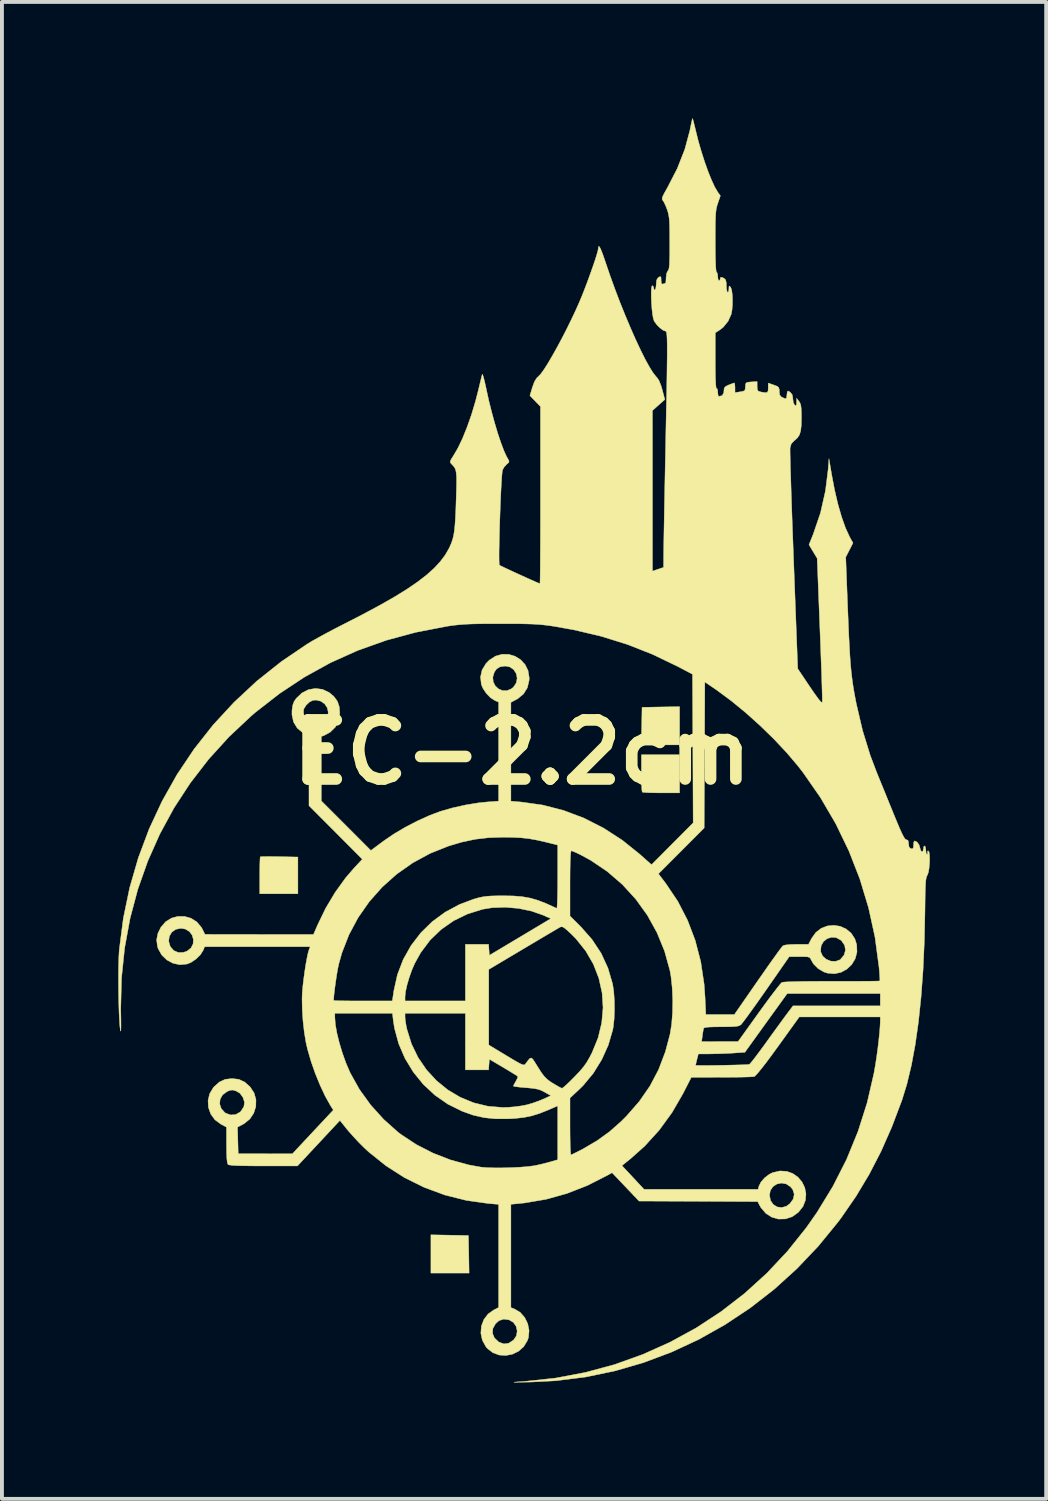
<source format=kicad_pcb>
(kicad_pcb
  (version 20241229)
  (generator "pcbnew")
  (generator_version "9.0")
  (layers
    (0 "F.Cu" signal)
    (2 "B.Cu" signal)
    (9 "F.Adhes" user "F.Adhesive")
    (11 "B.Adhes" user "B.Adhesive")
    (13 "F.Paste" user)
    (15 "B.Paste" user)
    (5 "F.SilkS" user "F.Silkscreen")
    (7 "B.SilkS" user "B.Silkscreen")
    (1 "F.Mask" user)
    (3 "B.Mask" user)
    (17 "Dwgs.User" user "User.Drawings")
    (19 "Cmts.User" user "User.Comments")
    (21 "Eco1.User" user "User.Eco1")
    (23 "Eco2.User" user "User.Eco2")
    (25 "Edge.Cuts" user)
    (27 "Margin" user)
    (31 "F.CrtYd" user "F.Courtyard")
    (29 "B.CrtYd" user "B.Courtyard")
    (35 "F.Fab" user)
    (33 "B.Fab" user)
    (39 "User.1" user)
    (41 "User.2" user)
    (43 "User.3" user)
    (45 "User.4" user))
  (footprint "EC-2.2cm"
    (layer "F.Cu")
    (at 10.411 16.349)
    (property "Reference" "EC-2.2cm" (at 0 0 0) (layer "F.SilkS") (effects (font (size 1.524 1.524) (thickness 0.3))))
    (attr through_hole)
    (fp_poly (pts (xy -1.865 12.453) (xy -1.381 12.462) (xy -1.372 12.946) (xy -1.364 13.43) (xy -2.349 13.43) (xy -2.349 12.444) (xy -1.865 12.453)) (stroke (width 0.01) (type solid)) (fill yes) (layer "F.SilkS"))
    (fp_poly (pts (xy 4.064 -0.191) (xy 3.078 -0.191) (xy 3.087 -0.675) (xy 3.096 -1.159) (xy 3.58 -1.168) (xy 4.064 -1.176) (xy 4.064 -0.191)) (stroke (width 0.01) (type solid)) (fill yes) (layer "F.SilkS"))
    (fp_poly (pts (xy -6.344 2.691) (xy -6.257 2.692) (xy -5.779 2.702) (xy -5.779 3.651) (xy -6.763 3.651) (xy -6.763 3.18) (xy -6.762 3.014) (xy -6.76 2.872) (xy -6.756 2.765) (xy -6.752 2.705) (xy -6.75 2.696) (xy -6.715 2.692) (xy -6.628 2.69) (xy -6.501 2.689) (xy -6.344 2.691)) (stroke (width 0.01) (type solid)) (fill yes) (layer "F.SilkS"))
    (fp_poly (pts (xy 4.064 1.048) (xy 3.593 1.048) (xy 3.426 1.046) (xy 3.282 1.043) (xy 3.173 1.037) (xy 3.111 1.03) (xy 3.101 1.027) (xy 3.093 0.989) (xy 3.087 0.9) (xy 3.083 0.77) (xy 3.08 0.612) (xy 3.08 0.534) (xy 3.08 0.064) (xy 4.064 0.064) (xy 4.064 1.048)) (stroke (width 0.01) (type solid)) (fill yes) (layer "F.SilkS"))
    (fp_poly (pts (xy 4.407 -16.32) (xy 4.427 -16.245) (xy 4.455 -16.134) (xy 4.477 -16.043) (xy 4.545 -15.768) (xy 4.625 -15.492) (xy 4.711 -15.223) (xy 4.8 -14.974) (xy 4.889 -14.754) (xy 4.972 -14.575) (xy 5.048 -14.447) (xy 5.049 -14.445) (xy 5.116 -14.35) (xy 5.051 -14.16) (xy 5.03 -14.096) (xy 5.014 -14.03) (xy 5.002 -13.954) (xy 4.994 -13.859) (xy 4.989 -13.734) (xy 4.986 -13.572) (xy 4.985 -13.362) (xy 4.985 -13.176) (xy 4.986 -12.908) (xy 4.99 -12.692) (xy 4.996 -12.531) (xy 5.004 -12.427) (xy 5.014 -12.384) (xy 5.016 -12.383) (xy 5.037 -12.355) (xy 5.048 -12.286) (xy 5.048 -12.271) (xy 5.056 -12.198) (xy 5.076 -12.161) (xy 5.08 -12.16) (xy 5.108 -12.186) (xy 5.112 -12.208) (xy 5.12 -12.248) (xy 5.155 -12.248) (xy 5.209 -12.223) (xy 5.249 -12.186) (xy 5.267 -12.118) (xy 5.271 -12.034) (xy 5.276 -11.94) (xy 5.292 -11.874) (xy 5.302 -11.859) (xy 5.324 -11.872) (xy 5.335 -11.935) (xy 5.335 -11.944) (xy 5.338 -12.012) (xy 5.351 -12.024) (xy 5.382 -11.989) (xy 5.383 -11.987) (xy 5.407 -11.922) (xy 5.422 -11.812) (xy 5.429 -11.675) (xy 5.427 -11.53) (xy 5.415 -11.395) (xy 5.397 -11.299) (xy 5.316 -11.116) (xy 5.19 -10.961) (xy 5.103 -10.893) (xy 4.985 -10.816) (xy 4.985 -10.089) (xy 4.986 -9.828) (xy 4.99 -9.626) (xy 4.997 -9.483) (xy 5.006 -9.402) (xy 5.016 -9.382) (xy 5.038 -9.369) (xy 5.048 -9.304) (xy 5.048 -9.289) (xy 5.055 -9.215) (xy 5.073 -9.177) (xy 5.077 -9.176) (xy 5.161 -9.198) (xy 5.202 -9.267) (xy 5.207 -9.319) (xy 5.214 -9.388) (xy 5.248 -9.432) (xy 5.324 -9.47) (xy 5.335 -9.474) (xy 5.416 -9.505) (xy 5.469 -9.523) (xy 5.478 -9.525) (xy 5.487 -9.497) (xy 5.492 -9.427) (xy 5.493 -9.4) (xy 5.493 -9.275) (xy 5.612 -9.293) (xy 5.701 -9.309) (xy 5.744 -9.331) (xy 5.758 -9.376) (xy 5.761 -9.438) (xy 5.766 -9.5) (xy 5.789 -9.532) (xy 5.847 -9.545) (xy 5.913 -9.551) (xy 6.064 -9.56) (xy 6.064 -9.435) (xy 6.069 -9.353) (xy 6.094 -9.313) (xy 6.154 -9.293) (xy 6.163 -9.291) (xy 6.267 -9.274) (xy 6.323 -9.28) (xy 6.346 -9.318) (xy 6.35 -9.396) (xy 6.35 -9.521) (xy 6.493 -9.472) (xy 6.58 -9.439) (xy 6.621 -9.405) (xy 6.635 -9.35) (xy 6.636 -9.305) (xy 6.645 -9.218) (xy 6.681 -9.169) (xy 6.717 -9.149) (xy 6.785 -9.12) (xy 6.816 -9.126) (xy 6.828 -9.177) (xy 6.832 -9.224) (xy 6.841 -9.297) (xy 6.86 -9.317) (xy 6.901 -9.295) (xy 6.914 -9.286) (xy 6.967 -9.225) (xy 6.985 -9.132) (xy 6.985 -9.114) (xy 6.997 -9.021) (xy 7.028 -8.957) (xy 7.033 -8.954) (xy 7.065 -8.936) (xy 7.078 -8.962) (xy 7.081 -9.021) (xy 7.082 -9.128) (xy 7.144 -9.049) (xy 7.172 -9.003) (xy 7.191 -8.945) (xy 7.201 -8.86) (xy 7.206 -8.735) (xy 7.207 -8.626) (xy 7.203 -8.435) (xy 7.187 -8.293) (xy 7.157 -8.19) (xy 7.107 -8.111) (xy 7.034 -8.045) (xy 7.021 -8.036) (xy 6.944 -7.954) (xy 6.914 -7.851) (xy 6.913 -7.801) (xy 6.914 -7.694) (xy 6.918 -7.532) (xy 6.923 -7.321) (xy 6.931 -7.066) (xy 6.94 -6.772) (xy 6.951 -6.443) (xy 6.963 -6.084) (xy 6.977 -5.7) (xy 6.992 -5.295) (xy 7.005 -4.943) (xy 7.111 -2.155) (xy 7.421 -1.693) (xy 7.545 -1.512) (xy 7.637 -1.385) (xy 7.7 -1.309) (xy 7.735 -1.283) (xy 7.743 -1.29) (xy 7.744 -1.332) (xy 7.743 -1.432) (xy 7.739 -1.583) (xy 7.733 -1.78) (xy 7.726 -2.017) (xy 7.716 -2.289) (xy 7.705 -2.588) (xy 7.693 -2.911) (xy 7.683 -3.175) (xy 7.612 -5.001) (xy 7.506 -5.176) (xy 7.401 -5.352) (xy 7.509 -5.621) (xy 7.697 -6.171) (xy 7.825 -6.738) (xy 7.894 -7.286) (xy 7.916 -7.572) (xy 7.986 -7.159) (xy 8.062 -6.761) (xy 8.148 -6.395) (xy 8.242 -6.068) (xy 8.342 -5.788) (xy 8.445 -5.562) (xy 8.46 -5.533) (xy 8.536 -5.398) (xy 8.443 -5.215) (xy 8.349 -5.032) (xy 8.397 -3.778) (xy 8.413 -3.382) (xy 8.427 -3.042) (xy 8.442 -2.75) (xy 8.456 -2.497) (xy 8.472 -2.278) (xy 8.49 -2.082) (xy 8.511 -1.904) (xy 8.534 -1.735) (xy 8.562 -1.567) (xy 8.594 -1.393) (xy 8.621 -1.254) (xy 8.782 -0.564) (xy 8.981 0.082) (xy 9.143 0.508) (xy 9.205 0.661) (xy 9.285 0.857) (xy 9.376 1.079) (xy 9.47 1.312) (xy 9.563 1.539) (xy 9.579 1.58) (xy 9.672 1.805) (xy 9.745 1.978) (xy 9.803 2.103) (xy 9.846 2.186) (xy 9.879 2.235) (xy 9.905 2.253) (xy 9.911 2.254) (xy 9.953 2.27) (xy 9.968 2.326) (xy 9.97 2.362) (xy 9.981 2.443) (xy 10.02 2.481) (xy 10.033 2.486) (xy 10.076 2.488) (xy 10.094 2.453) (xy 10.097 2.394) (xy 10.103 2.322) (xy 10.119 2.287) (xy 10.122 2.286) (xy 10.186 2.314) (xy 10.238 2.383) (xy 10.261 2.458) (xy 10.281 2.531) (xy 10.312 2.564) (xy 10.339 2.552) (xy 10.351 2.495) (xy 10.361 2.434) (xy 10.382 2.413) (xy 10.403 2.441) (xy 10.414 2.51) (xy 10.414 2.524) (xy 10.422 2.598) (xy 10.441 2.634) (xy 10.445 2.635) (xy 10.462 2.612) (xy 10.457 2.588) (xy 10.459 2.547) (xy 10.474 2.54) (xy 10.496 2.569) (xy 10.508 2.644) (xy 10.513 2.75) (xy 10.509 2.871) (xy 10.498 2.991) (xy 10.481 3.093) (xy 10.457 3.161) (xy 10.454 3.166) (xy 10.438 3.198) (xy 10.424 3.242) (xy 10.414 3.306) (xy 10.407 3.398) (xy 10.401 3.526) (xy 10.397 3.696) (xy 10.394 3.917) (xy 10.392 4.093) (xy 10.376 4.873) (xy 10.343 5.61) (xy 10.292 6.302) (xy 10.225 6.946) (xy 10.141 7.539) (xy 10.041 8.078) (xy 9.925 8.561) (xy 9.799 8.97) (xy 9.54 9.656) (xy 9.26 10.291) (xy 8.952 10.887) (xy 8.612 11.454) (xy 8.233 12.003) (xy 8.151 12.113) (xy 7.642 12.736) (xy 7.093 13.314) (xy 6.507 13.846) (xy 5.888 14.328) (xy 5.237 14.761) (xy 4.559 15.142) (xy 3.857 15.469) (xy 3.134 15.74) (xy 2.393 15.955) (xy 1.637 16.112) (xy 0.869 16.208) (xy 0.254 16.24) (xy 0.049 16.244) (xy -0.094 16.246) (xy -0.179 16.247) (xy -0.208 16.246) (xy -0.184 16.242) (xy -0.109 16.236) (xy 0.015 16.228) (xy 0.079 16.223) (xy 0.867 16.138) (xy 1.638 15.992) (xy 2.388 15.789) (xy 3.116 15.528) (xy 3.818 15.213) (xy 4.492 14.845) (xy 5.134 14.424) (xy 5.742 13.954) (xy 6.313 13.435) (xy 6.845 12.869) (xy 7.333 12.258) (xy 7.602 11.874) (xy 8.015 11.199) (xy 8.37 10.5) (xy 8.665 9.779) (xy 8.901 9.037) (xy 9.076 8.277) (xy 9.112 8.075) (xy 9.144 7.869) (xy 9.174 7.649) (xy 9.2 7.429) (xy 9.221 7.227) (xy 9.234 7.056) (xy 9.239 6.934) (xy 9.239 6.826) (xy 7.15 6.826) (xy 6.603 7.586) (xy 6.434 7.818) (xy 6.287 8.015) (xy 6.166 8.17) (xy 6.073 8.282) (xy 6.012 8.347) (xy 5.989 8.363) (xy 5.939 8.368) (xy 5.836 8.373) (xy 5.688 8.377) (xy 5.505 8.38) (xy 5.298 8.381) (xy 5.144 8.382) (xy 4.366 8.383) (xy 4.151 8.804) (xy 3.868 9.293) (xy 3.538 9.746) (xy 3.165 10.156) (xy 2.805 10.477) (xy 2.578 10.66) (xy 2.863 10.965) (xy 3.148 11.271) (xy 6.089 11.271) (xy 6.109 11.192) (xy 6.162 11.084) (xy 6.257 10.975) (xy 6.376 10.884) (xy 6.462 10.841) (xy 6.65 10.797) (xy 6.826 10.807) (xy 6.983 10.863) (xy 7.116 10.957) (xy 7.221 11.081) (xy 7.292 11.227) (xy 7.323 11.386) (xy 7.31 11.55) (xy 7.247 11.712) (xy 7.128 11.863) (xy 7.128 11.863) (xy 6.969 11.977) (xy 6.794 12.034) (xy 6.615 12.038) (xy 6.443 11.99) (xy 6.289 11.892) (xy 6.163 11.745) (xy 6.132 11.692) (xy 6.078 11.588) (xy 4.548 11.58) (xy 3.018 11.573) (xy 2.872 11.42) (xy 6.382 11.42) (xy 6.409 11.558) (xy 6.479 11.661) (xy 6.578 11.724) (xy 6.695 11.741) (xy 6.816 11.708) (xy 6.909 11.64) (xy 6.996 11.519) (xy 7.02 11.398) (xy 6.983 11.279) (xy 6.924 11.205) (xy 6.813 11.132) (xy 6.692 11.11) (xy 6.574 11.134) (xy 6.474 11.199) (xy 6.406 11.299) (xy 6.382 11.42) (xy 2.872 11.42) (xy 2.323 10.843) (xy 2.217 10.902) (xy 1.69 11.171) (xy 1.161 11.378) (xy 0.624 11.528) (xy 0.071 11.622) (xy -0.071 11.637) (xy -0.286 11.657) (xy -0.286 14.321) (xy -0.198 14.354) (xy -0.048 14.442) (xy 0.069 14.575) (xy 0.148 14.736) (xy 0.183 14.913) (xy 0.167 15.091) (xy 0.141 15.169) (xy 0.045 15.328) (xy -0.089 15.447) (xy -0.247 15.523) (xy -0.418 15.556) (xy -0.59 15.544) (xy -0.752 15.484) (xy -0.893 15.375) (xy -0.93 15.331) (xy -1.023 15.162) (xy -1.06 14.986) (xy -0.76 14.986) (xy -0.71 15.104) (xy -0.603 15.205) (xy -0.593 15.211) (xy -0.468 15.257) (xy -0.343 15.24) (xy -0.222 15.16) (xy -0.215 15.154) (xy -0.144 15.047) (xy -0.124 14.925) (xy -0.151 14.804) (xy -0.222 14.703) (xy -0.333 14.637) (xy -0.473 14.618) (xy -0.595 14.659) (xy -0.683 14.738) (xy -0.751 14.861) (xy -0.76 14.986) (xy -1.06 14.986) (xy -1.061 14.981) (xy -1.048 14.8) (xy -0.985 14.631) (xy -0.875 14.486) (xy -0.728 14.382) (xy -0.603 14.318) (xy -0.603 11.659) (xy -0.865 11.637) (xy -1.434 11.557) (xy -1.988 11.418) (xy -2.522 11.221) (xy -3.031 10.969) (xy -3.509 10.663) (xy -3.953 10.307) (xy -4.068 10.2) (xy -4.199 10.07) (xy -4.336 9.924) (xy -4.459 9.786) (xy -4.51 9.725) (xy -4.695 9.495) (xy -5.79 10.668) (xy -6.667 10.668) (xy -6.951 10.667) (xy -7.176 10.664) (xy -7.347 10.66) (xy -7.469 10.653) (xy -7.545 10.643) (xy -7.581 10.631) (xy -7.582 10.63) (xy -7.599 10.583) (xy -7.611 10.482) (xy -7.618 10.323) (xy -7.62 10.13) (xy -7.62 9.668) (xy -7.767 9.59) (xy -7.919 9.477) (xy -8.026 9.33) (xy -8.086 9.161) (xy -8.091 9.069) (xy -7.796 9.069) (xy -7.756 9.188) (xy -7.665 9.29) (xy -7.638 9.308) (xy -7.513 9.353) (xy -7.385 9.343) (xy -7.272 9.28) (xy -7.247 9.255) (xy -7.172 9.139) (xy -7.156 9.024) (xy -7.196 8.9) (xy -7.274 8.793) (xy -7.372 8.736) (xy -7.455 8.711) (xy -7.522 8.715) (xy -7.606 8.75) (xy -7.609 8.752) (xy -7.722 8.836) (xy -7.784 8.947) (xy -7.796 9.069) (xy -8.091 9.069) (xy -8.096 8.984) (xy -8.056 8.809) (xy -7.961 8.649) (xy -7.944 8.629) (xy -7.804 8.504) (xy -7.654 8.435) (xy -7.477 8.414) (xy -7.3 8.435) (xy -7.15 8.505) (xy -7.011 8.629) (xy -6.908 8.786) (xy -6.86 8.96) (xy -6.864 9.138) (xy -6.918 9.308) (xy -7.018 9.458) (xy -7.165 9.577) (xy -7.188 9.59) (xy -7.336 9.668) (xy -7.327 10.011) (xy -7.318 10.353) (xy -6.62 10.354) (xy -5.921 10.355) (xy -5.393 9.79) (xy -4.865 9.226) (xy -4.938 9.112) (xy -5.072 8.874) (xy -5.205 8.591) (xy -5.331 8.283) (xy -5.441 7.968) (xy -5.529 7.664) (xy -5.569 7.493) (xy -5.614 7.224) (xy -5.647 6.93) (xy -5.661 6.731) (xy -4.826 6.731) (xy -4.826 6.839) (xy -4.812 7.022) (xy -4.772 7.247) (xy -4.71 7.497) (xy -4.631 7.757) (xy -4.54 8.013) (xy -4.439 8.248) (xy -4.428 8.271) (xy -4.192 8.694) (xy -3.902 9.096) (xy -3.567 9.467) (xy -3.198 9.796) (xy -3.118 9.857) (xy -2.727 10.115) (xy -2.296 10.336) (xy -1.838 10.514) (xy -1.369 10.642) (xy -1.059 10.698) (xy -0.911 10.711) (xy -0.72 10.717) (xy -0.501 10.717) (xy -0.272 10.711) (xy -0.049 10.7) (xy 0.151 10.684) (xy 0.311 10.663) (xy 0.364 10.653) (xy 0.508 10.62) (xy 0.655 10.583) (xy 0.753 10.556) (xy 0.921 10.507) (xy 0.921 9.119) (xy 0.675 9.225) (xy 0.45 9.315) (xy 0.246 9.378) (xy 0.04 9.419) (xy -0.192 9.444) (xy -0.352 9.453) (xy -0.681 9.453) (xy -0.975 9.423) (xy -1.257 9.359) (xy -1.546 9.256) (xy -1.913 9.074) (xy -2.248 8.841) (xy -2.547 8.562) (xy -2.805 8.244) (xy -3.018 7.893) (xy -3.18 7.516) (xy -3.288 7.118) (xy -3.32 6.914) (xy -3.341 6.731) (xy -3.016 6.731) (xy -3.016 6.834) (xy -3.008 6.92) (xy -2.989 7.039) (xy -2.967 7.144) (xy -2.849 7.522) (xy -2.68 7.871) (xy -2.464 8.187) (xy -2.208 8.466) (xy -1.916 8.704) (xy -1.594 8.896) (xy -1.247 9.039) (xy -0.88 9.128) (xy -0.499 9.16) (xy -0.349 9.156) (xy -0.19 9.142) (xy -0.023 9.12) (xy 0.117 9.093) (xy 0.127 9.091) (xy 0.272 9.049) (xy 0.432 8.992) (xy 0.539 8.948) (xy 0.744 8.856) (xy 0.585 8.765) (xy 0.498 8.72) (xy 0.411 8.69) (xy 0.304 8.67) (xy 0.16 8.655) (xy 0.102 8.651) (xy -0.033 8.639) (xy -0.14 8.627) (xy -0.207 8.615) (xy -0.222 8.608) (xy -0.207 8.571) (xy -0.169 8.502) (xy -0.157 8.482) (xy -0.12 8.41) (xy -0.108 8.362) (xy -0.111 8.356) (xy -0.144 8.334) (xy -0.221 8.286) (xy -0.33 8.219) (xy -0.462 8.14) (xy -0.485 8.126) (xy -0.841 7.916) (xy -0.851 8.054) (xy -0.861 8.191) (xy -1.46 8.191) (xy -1.46 6.731) (xy -3.016 6.731) (xy -3.341 6.731) (xy -4.826 6.731) (xy -5.661 6.731) (xy -5.667 6.634) (xy -5.671 6.401) (xy -4.858 6.401) (xy -4.827 6.404) (xy -4.742 6.408) (xy -4.611 6.41) (xy -4.443 6.412) (xy -4.245 6.413) (xy -4.101 6.413) (xy -3.344 6.413) (xy -3.328 6.307) (xy -3.016 6.307) (xy -3.016 6.413) (xy -1.46 6.413) (xy -1.46 5.601) (xy -0.857 5.601) (xy -0.857 7.548) (xy -0.405 7.821) (xy -0.238 7.921) (xy -0.118 7.991) (xy -0.034 8.036) (xy 0.021 8.058) (xy 0.055 8.062) (xy 0.078 8.05) (xy 0.095 8.03) (xy 0.159 7.944) (xy 0.203 7.894) (xy 0.239 7.883) (xy 0.278 7.913) (xy 0.33 7.99) (xy 0.407 8.115) (xy 0.413 8.124) (xy 0.501 8.262) (xy 0.574 8.359) (xy 0.648 8.433) (xy 0.736 8.498) (xy 0.794 8.535) (xy 0.897 8.596) (xy 0.98 8.643) (xy 1.028 8.665) (xy 1.032 8.665) (xy 1.065 8.645) (xy 1.132 8.587) (xy 1.225 8.499) (xy 1.333 8.391) (xy 1.354 8.37) (xy 1.489 8.228) (xy 1.59 8.109) (xy 1.672 7.993) (xy 1.748 7.86) (xy 1.808 7.743) (xy 1.963 7.363) (xy 2.056 6.976) (xy 2.09 6.587) (xy 2.065 6.202) (xy 1.981 5.826) (xy 1.841 5.465) (xy 1.644 5.125) (xy 1.392 4.81) (xy 1.256 4.673) (xy 1.154 4.58) (xy 1.086 4.525) (xy 1.04 4.502) (xy 1.002 4.502) (xy 0.972 4.516) (xy 0.927 4.542) (xy 0.835 4.596) (xy 0.703 4.674) (xy 0.538 4.771) (xy 0.347 4.885) (xy 0.137 5.009) (xy 0.02 5.079) (xy -0.857 5.601) (xy -1.46 5.601) (xy -1.46 4.953) (xy -0.861 4.953) (xy -0.851 5.095) (xy -0.841 5.236) (xy -0.049 4.763) (xy 0.744 4.289) (xy 0.555 4.205) (xy 0.248 4.097) (xy -0.087 4.027) (xy -0.433 3.997) (xy -0.769 4.009) (xy -1.016 4.049) (xy -1.406 4.171) (xy -1.764 4.346) (xy -2.087 4.572) (xy -2.37 4.845) (xy -2.609 5.163) (xy -2.766 5.445) (xy -2.842 5.62) (xy -2.909 5.811) (xy -2.965 6.001) (xy -3.002 6.172) (xy -3.016 6.304) (xy -3.016 6.307) (xy -3.328 6.307) (xy -3.304 6.145) (xy -3.212 5.733) (xy -3.063 5.344) (xy -2.861 4.985) (xy -2.611 4.658) (xy -2.317 4.37) (xy -1.981 4.123) (xy -1.61 3.924) (xy -1.253 3.79) (xy -1.132 3.755) (xy -1.026 3.731) (xy -0.919 3.715) (xy -0.793 3.706) (xy -0.632 3.702) (xy -0.492 3.701) (xy -0.226 3.705) (xy 0.000075 3.723) (xy 0.205 3.759) (xy 0.408 3.817) (xy 0.625 3.901) (xy 0.876 4.016) (xy 0.897 4.026) (xy 0.903 3.999) (xy 0.909 3.916) (xy 0.914 3.787) (xy 0.918 3.618) (xy 0.92 3.419) (xy 0.92 3.381) (xy 1.238 3.381) (xy 1.238 4.222) (xy 1.518 4.5) (xy 1.808 4.83) (xy 2.041 5.183) (xy 2.216 5.563) (xy 2.336 5.972) (xy 2.337 5.976) (xy 2.366 6.167) (xy 2.382 6.397) (xy 2.385 6.642) (xy 2.376 6.88) (xy 2.353 7.089) (xy 2.34 7.16) (xy 2.226 7.55) (xy 2.057 7.926) (xy 1.84 8.277) (xy 1.581 8.59) (xy 1.477 8.693) (xy 1.238 8.916) (xy 1.238 9.649) (xy 1.239 9.857) (xy 1.242 10.042) (xy 1.246 10.195) (xy 1.252 10.308) (xy 1.258 10.371) (xy 1.262 10.382) (xy 1.298 10.367) (xy 1.378 10.329) (xy 1.488 10.273) (xy 1.584 10.223) (xy 1.938 10.015) (xy 2.258 9.784) (xy 2.564 9.513) (xy 2.692 9.385) (xy 3.024 9.005) (xy 3.3 8.607) (xy 3.523 8.183) (xy 3.565 8.072) (xy 4.477 8.072) (xy 4.507 8.075) (xy 4.589 8.077) (xy 4.712 8.077) (xy 4.866 8.076) (xy 5.039 8.074) (xy 5.22 8.071) (xy 5.398 8.067) (xy 5.562 8.063) (xy 5.7 8.059) (xy 5.802 8.054) (xy 5.857 8.05) (xy 5.862 8.049) (xy 5.89 8.021) (xy 5.95 7.949) (xy 6.034 7.84) (xy 6.137 7.702) (xy 6.254 7.543) (xy 6.305 7.472) (xy 6.434 7.292) (xy 6.56 7.119) (xy 6.675 6.961) (xy 6.77 6.831) (xy 6.839 6.738) (xy 6.85 6.723) (xy 6.989 6.54) (xy 9.239 6.54) (xy 9.239 6.223) (xy 6.839 6.223) (xy 6.293 6.98) (xy 5.748 7.737) (xy 5.438 7.758) (xy 5.257 7.768) (xy 5.057 7.775) (xy 4.874 7.778) (xy 4.838 7.779) (xy 4.548 7.779) (xy 4.512 7.92) (xy 4.491 8.006) (xy 4.478 8.062) (xy 4.477 8.072) (xy 3.565 8.072) (xy 3.697 7.724) (xy 3.817 7.273) (xy 3.859 7.014) (xy 3.882 6.714) (xy 3.887 6.397) (xy 3.874 6.081) (xy 3.843 5.788) (xy 3.815 5.628) (xy 3.676 5.127) (xy 3.481 4.651) (xy 3.233 4.203) (xy 2.934 3.788) (xy 2.589 3.411) (xy 2.268 3.134) (xy 3.519 3.134) (xy 3.709 3.384) (xy 4.017 3.842) (xy 4.269 4.331) (xy 4.467 4.851) (xy 4.61 5.402) (xy 4.697 5.982) (xy 4.721 6.326) (xy 4.741 6.763) (xy 5.477 6.763) (xy 6.077 5.898) (xy 6.223 5.689) (xy 6.358 5.495) (xy 6.48 5.324) (xy 6.582 5.182) (xy 6.63 5.117) (xy 7.701 5.117) (xy 7.706 5.152) (xy 7.755 5.258) (xy 7.847 5.338) (xy 7.962 5.386) (xy 8.083 5.393) (xy 8.193 5.355) (xy 8.212 5.341) (xy 8.305 5.231) (xy 8.341 5.106) (xy 8.321 4.98) (xy 8.243 4.865) (xy 8.22 4.844) (xy 8.103 4.78) (xy 7.982 4.771) (xy 7.868 4.807) (xy 7.775 4.882) (xy 7.715 4.988) (xy 7.701 5.117) (xy 6.63 5.117) (xy 6.661 5.075) (xy 6.711 5.01) (xy 6.726 4.993) (xy 6.788 4.971) (xy 6.909 4.958) (xy 7.082 4.953) (xy 7.389 4.953) (xy 7.467 4.802) (xy 7.577 4.648) (xy 7.716 4.54) (xy 7.874 4.479) (xy 8.041 4.462) (xy 8.206 4.488) (xy 8.358 4.556) (xy 8.488 4.664) (xy 8.584 4.811) (xy 8.631 4.961) (xy 8.639 5.151) (xy 8.593 5.325) (xy 8.503 5.475) (xy 8.377 5.594) (xy 8.225 5.676) (xy 8.055 5.712) (xy 7.875 5.695) (xy 7.786 5.666) (xy 7.636 5.578) (xy 7.518 5.46) (xy 7.46 5.362) (xy 7.439 5.317) (xy 7.412 5.29) (xy 7.364 5.276) (xy 7.281 5.271) (xy 7.157 5.271) (xy 6.892 5.271) (xy 6.302 6.12) (xy 6.156 6.328) (xy 6.02 6.521) (xy 5.897 6.692) (xy 5.793 6.835) (xy 5.713 6.942) (xy 5.661 7.008) (xy 5.646 7.025) (xy 5.611 7.047) (xy 5.56 7.063) (xy 5.482 7.073) (xy 5.366 7.078) (xy 5.202 7.08) (xy 5.139 7.08) (xy 4.948 7.082) (xy 4.814 7.087) (xy 4.731 7.097) (xy 4.69 7.112) (xy 4.684 7.12) (xy 4.673 7.174) (xy 4.658 7.264) (xy 4.652 7.31) (xy 4.632 7.461) (xy 5.572 7.46) (xy 6.108 6.713) (xy 6.247 6.521) (xy 6.377 6.344) (xy 6.493 6.191) (xy 6.588 6.068) (xy 6.658 5.981) (xy 6.698 5.938) (xy 6.702 5.936) (xy 6.75 5.927) (xy 6.857 5.92) (xy 7.019 5.915) (xy 7.233 5.91) (xy 7.494 5.907) (xy 7.798 5.906) (xy 7.988 5.906) (xy 8.261 5.906) (xy 8.513 5.906) (xy 8.738 5.905) (xy 8.928 5.904) (xy 9.078 5.902) (xy 9.179 5.9) (xy 9.225 5.897) (xy 9.227 5.897) (xy 9.229 5.862) (xy 9.225 5.778) (xy 9.217 5.657) (xy 9.206 5.538) (xy 9.103 4.769) (xy 8.937 4.011) (xy 8.712 3.267) (xy 8.429 2.542) (xy 8.09 1.841) (xy 7.696 1.167) (xy 7.249 0.524) (xy 7.113 0.349) (xy 6.828 0.013) (xy 6.5 -0.337) (xy 6.143 -0.685) (xy 5.771 -1.019) (xy 5.398 -1.325) (xy 5.04 -1.59) (xy 5.001 -1.618) (xy 4.715 -1.812) (xy 4.707 0.07) (xy 4.698 1.953) (xy 4.109 2.543) (xy 3.519 3.134) (xy 2.268 3.134) (xy 2.201 3.076) (xy 1.773 2.787) (xy 1.519 2.648) (xy 1.411 2.596) (xy 1.324 2.558) (xy 1.274 2.54) (xy 1.271 2.54) (xy 1.26 2.572) (xy 1.251 2.666) (xy 1.244 2.821) (xy 1.24 3.038) (xy 1.238 3.313) (xy 1.238 3.381) (xy 0.92 3.381) (xy 0.921 3.215) (xy 0.921 2.393) (xy 0.643 2.324) (xy 0.401 2.268) (xy 0.186 2.229) (xy -0.026 2.205) (xy -0.259 2.194) (xy -0.479 2.191) (xy -0.859 2.203) (xy -1.208 2.244) (xy -1.552 2.317) (xy -1.889 2.417) (xy -2.368 2.608) (xy -2.816 2.851) (xy -3.23 3.142) (xy -3.605 3.477) (xy -3.938 3.852) (xy -4.225 4.263) (xy -4.462 4.706) (xy -4.645 5.176) (xy -4.725 5.461) (xy -4.75 5.578) (xy -4.777 5.732) (xy -4.803 5.905) (xy -4.827 6.079) (xy -4.846 6.235) (xy -4.856 6.357) (xy -4.858 6.401) (xy -5.671 6.401) (xy -5.672 6.36) (xy -5.667 6.207) (xy -5.652 6.039) (xy -5.63 5.849) (xy -5.603 5.652) (xy -5.574 5.464) (xy -5.543 5.297) (xy -5.515 5.168) (xy -5.495 5.102) (xy -5.463 5.016) (xy -8.184 5.016) (xy -8.223 5.111) (xy -8.294 5.223) (xy -8.405 5.332) (xy -8.534 5.419) (xy -8.635 5.461) (xy -8.819 5.48) (xy -8.998 5.442) (xy -9.159 5.356) (xy -9.292 5.227) (xy -9.383 5.064) (xy -9.4 5.01) (xy -9.418 4.871) (xy -9.111 4.871) (xy -9.073 5.003) (xy -9.068 5.013) (xy -8.98 5.114) (xy -8.862 5.164) (xy -8.728 5.161) (xy -8.635 5.127) (xy -8.535 5.046) (xy -8.482 4.942) (xy -8.474 4.827) (xy -8.507 4.716) (xy -8.577 4.623) (xy -8.681 4.56) (xy -8.795 4.54) (xy -8.929 4.567) (xy -9.031 4.64) (xy -9.094 4.746) (xy -9.111 4.871) (xy -9.418 4.871) (xy -9.422 4.837) (xy -9.389 4.67) (xy -9.312 4.513) (xy -9.191 4.372) (xy -9.041 4.278) (xy -8.874 4.232) (xy -8.702 4.233) (xy -8.536 4.28) (xy -8.388 4.373) (xy -8.27 4.511) (xy -8.241 4.563) (xy -8.176 4.696) (xy -6.776 4.698) (xy -5.377 4.699) (xy -5.271 4.453) (xy -5.063 4.023) (xy -4.819 3.614) (xy -4.55 3.241) (xy -4.34 2.997) (xy -4.118 2.758) (xy -4.805 2.068) (xy -5.493 1.378) (xy -5.493 -0.403) (xy -5.647 -0.499) (xy -5.797 -0.624) (xy -5.892 -0.78) (xy -5.932 -0.967) (xy -5.931 -1.081) (xy -5.93 -1.091) (xy -5.634 -1.091) (xy -5.631 -0.993) (xy -5.59 -0.883) (xy -5.523 -0.786) (xy -5.461 -0.737) (xy -5.346 -0.71) (xy -5.219 -0.727) (xy -5.108 -0.785) (xy -5.089 -0.802) (xy -5.016 -0.913) (xy -4.996 -1.031) (xy -5.022 -1.147) (xy -5.087 -1.246) (xy -5.185 -1.316) (xy -5.309 -1.346) (xy -5.389 -1.34) (xy -5.478 -1.297) (xy -5.564 -1.217) (xy -5.624 -1.121) (xy -5.634 -1.091) (xy -5.93 -1.091) (xy -5.913 -1.211) (xy -5.877 -1.309) (xy -5.822 -1.389) (xy -5.675 -1.529) (xy -5.506 -1.615) (xy -5.326 -1.646) (xy -5.144 -1.622) (xy -4.973 -1.542) (xy -4.852 -1.44) (xy -4.76 -1.315) (xy -4.712 -1.172) (xy -4.699 -1.013) (xy -4.728 -0.816) (xy -4.812 -0.649) (xy -4.947 -0.517) (xy -5.079 -0.445) (xy -5.175 -0.405) (xy -5.175 0.424) (xy -5.175 1.254) (xy -4.536 1.893) (xy -3.897 2.533) (xy -3.56 2.282) (xy -3.302 2.106) (xy -3.006 1.931) (xy -2.691 1.768) (xy -2.381 1.628) (xy -2.111 1.526) (xy -1.791 1.434) (xy -1.449 1.358) (xy -1.112 1.303) (xy -0.891 1.281) (xy -0.603 1.26) (xy -0.603 -1.294) (xy -0.698 -1.333) (xy -0.811 -1.406) (xy -0.92 -1.518) (xy -1.007 -1.648) (xy -1.049 -1.75) (xy -1.069 -1.934) (xy -0.753 -1.934) (xy -0.741 -1.814) (xy -0.688 -1.711) (xy -0.605 -1.634) (xy -0.501 -1.59) (xy -0.386 -1.589) (xy -0.272 -1.637) (xy -0.22 -1.68) (xy -0.147 -1.79) (xy -0.125 -1.911) (xy -0.149 -2.029) (xy -0.213 -2.13) (xy -0.311 -2.199) (xy -0.428 -2.223) (xy -0.563 -2.205) (xy -0.657 -2.147) (xy -0.714 -2.064) (xy -0.753 -1.934) (xy -1.069 -1.934) (xy -1.07 -1.941) (xy -1.029 -2.122) (xy -0.929 -2.288) (xy -0.844 -2.375) (xy -0.683 -2.479) (xy -0.513 -2.527) (xy -0.342 -2.525) (xy -0.18 -2.477) (xy -0.037 -2.388) (xy 0.079 -2.263) (xy 0.156 -2.107) (xy 0.186 -1.924) (xy 0.184 -1.857) (xy 0.139 -1.664) (xy 0.04 -1.504) (xy -0.109 -1.381) (xy -0.139 -1.364) (xy -0.286 -1.286) (xy -0.286 1.261) (xy -0.024 1.283) (xy 0.529 1.36) (xy 1.07 1.499) (xy 1.596 1.697) (xy 2.102 1.954) (xy 2.587 2.268) (xy 3.028 2.622) (xy 3.341 2.899) (xy 4.414 1.821) (xy 4.406 -0.095) (xy 4.397 -2.012) (xy 4.016 -2.212) (xy 3.377 -2.52) (xy 2.724 -2.778) (xy 2.048 -2.989) (xy 1.339 -3.156) (xy 0.826 -3.248) (xy 0.689 -3.268) (xy 0.558 -3.284) (xy 0.424 -3.296) (xy 0.276 -3.305) (xy 0.102 -3.31) (xy -0.106 -3.314) (xy -0.361 -3.315) (xy -0.556 -3.315) (xy -0.846 -3.315) (xy -1.083 -3.313) (xy -1.278 -3.309) (xy -1.442 -3.302) (xy -1.584 -3.292) (xy -1.715 -3.279) (xy -1.847 -3.262) (xy -1.937 -3.248) (xy -2.738 -3.093) (xy -3.503 -2.886) (xy -4.235 -2.625) (xy -4.936 -2.31) (xy -5.608 -1.939) (xy -6.253 -1.513) (xy -6.873 -1.03) (xy -6.985 -0.934) (xy -7.557 -0.397) (xy -8.08 0.179) (xy -8.552 0.79) (xy -8.972 1.433) (xy -9.338 2.106) (xy -9.65 2.807) (xy -9.906 3.531) (xy -10.105 4.277) (xy -10.246 5.041) (xy -10.327 5.821) (xy -10.347 6.614) (xy -10.345 6.715) (xy -10.342 6.902) (xy -10.341 7.048) (xy -10.343 7.146) (xy -10.348 7.192) (xy -10.355 7.18) (xy -10.356 7.176) (xy -10.37 7.065) (xy -10.381 6.903) (xy -10.391 6.7) (xy -10.398 6.469) (xy -10.403 6.22) (xy -10.406 5.966) (xy -10.406 5.717) (xy -10.403 5.486) (xy -10.397 5.284) (xy -10.388 5.123) (xy -10.386 5.093) (xy -10.281 4.282) (xy -10.117 3.491) (xy -9.894 2.722) (xy -9.615 1.977) (xy -9.281 1.26) (xy -8.894 0.572) (xy -8.454 -0.084) (xy -7.964 -0.706) (xy -7.424 -1.29) (xy -6.838 -1.836) (xy -6.205 -2.339) (xy -5.54 -2.79) (xy -5.416 -2.865) (xy -5.247 -2.959) (xy -5.05 -3.067) (xy -4.837 -3.18) (xy -4.621 -3.291) (xy -4.556 -3.324) (xy -4.078 -3.57) (xy -3.656 -3.797) (xy -3.286 -4.008) (xy -2.966 -4.206) (xy -2.692 -4.393) (xy -2.459 -4.573) (xy -2.265 -4.747) (xy -2.107 -4.918) (xy -1.979 -5.089) (xy -1.879 -5.263) (xy -1.859 -5.306) (xy -1.819 -5.399) (xy -1.788 -5.491) (xy -1.763 -5.592) (xy -1.744 -5.71) (xy -1.729 -5.857) (xy -1.717 -6.04) (xy -1.706 -6.269) (xy -1.698 -6.516) (xy -1.691 -6.758) (xy -1.687 -6.944) (xy -1.687 -7.085) (xy -1.694 -7.189) (xy -1.707 -7.266) (xy -1.728 -7.323) (xy -1.759 -7.37) (xy -1.801 -7.416) (xy -1.824 -7.439) (xy -1.849 -7.473) (xy -1.848 -7.512) (xy -1.816 -7.572) (xy -1.777 -7.633) (xy -1.657 -7.836) (xy -1.535 -8.09) (xy -1.416 -8.385) (xy -1.302 -8.708) (xy -1.2 -9.049) (xy -1.126 -9.335) (xy -1.091 -9.482) (xy -1.06 -9.61) (xy -1.037 -9.704) (xy -1.025 -9.747) (xy -1.014 -9.736) (xy -0.993 -9.671) (xy -0.965 -9.564) (xy -0.933 -9.423) (xy -0.921 -9.365) (xy -0.856 -9.069) (xy -0.782 -8.773) (xy -0.704 -8.488) (xy -0.624 -8.221) (xy -0.544 -7.983) (xy -0.469 -7.783) (xy -0.4 -7.63) (xy -0.361 -7.563) (xy -0.333 -7.507) (xy -0.345 -7.468) (xy -0.391 -7.429) (xy -0.46 -7.354) (xy -0.501 -7.28) (xy -0.51 -7.228) (xy -0.52 -7.124) (xy -0.529 -6.975) (xy -0.54 -6.791) (xy -0.55 -6.579) (xy -0.559 -6.348) (xy -0.568 -6.107) (xy -0.576 -5.864) (xy -0.582 -5.628) (xy -0.587 -5.407) (xy -0.591 -5.21) (xy -0.592 -5.045) (xy -0.59 -4.92) (xy -0.586 -4.845) (xy -0.582 -4.826) (xy -0.547 -4.807) (xy -0.467 -4.768) (xy -0.351 -4.714) (xy -0.213 -4.649) (xy -0.063 -4.581) (xy 0.088 -4.512) (xy 0.227 -4.45) (xy 0.343 -4.398) (xy 0.425 -4.363) (xy 0.462 -4.35) (xy 0.463 -4.35) (xy 0.465 -4.381) (xy 0.467 -4.47) (xy 0.469 -4.613) (xy 0.471 -4.804) (xy 0.472 -5.039) (xy 0.474 -5.312) (xy 0.475 -5.619) (xy 0.476 -5.954) (xy 0.476 -6.312) (xy 0.476 -6.633) (xy 0.476 -8.916) (xy 0.34 -9.056) (xy 0.204 -9.197) (xy 0.268 -9.411) (xy 0.321 -9.556) (xy 0.379 -9.65) (xy 0.421 -9.69) (xy 0.48 -9.751) (xy 0.562 -9.863) (xy 0.661 -10.018) (xy 0.773 -10.208) (xy 0.895 -10.425) (xy 1.023 -10.663) (xy 1.152 -10.913) (xy 1.277 -11.168) (xy 1.396 -11.421) (xy 1.475 -11.599) (xy 1.541 -11.756) (xy 1.613 -11.938) (xy 1.687 -12.133) (xy 1.759 -12.331) (xy 1.826 -12.521) (xy 1.885 -12.693) (xy 1.93 -12.837) (xy 1.959 -12.942) (xy 1.968 -12.994) (xy 1.975 -13.046) (xy 1.996 -13.039) (xy 2.031 -12.973) (xy 2.081 -12.847) (xy 2.146 -12.659) (xy 2.156 -12.629) (xy 2.272 -12.288) (xy 2.397 -11.944) (xy 2.527 -11.601) (xy 2.662 -11.267) (xy 2.797 -10.947) (xy 2.929 -10.647) (xy 3.057 -10.375) (xy 3.176 -10.136) (xy 3.285 -9.938) (xy 3.381 -9.785) (xy 3.46 -9.684) (xy 3.477 -9.668) (xy 3.531 -9.59) (xy 3.585 -9.456) (xy 3.616 -9.35) (xy 3.684 -9.096) (xy 3.524 -8.954) (xy 3.364 -8.811) (xy 3.365 -4.671) (xy 3.508 -4.72) (xy 3.651 -4.768) (xy 3.652 -5.075) (xy 3.653 -5.158) (xy 3.655 -5.298) (xy 3.658 -5.49) (xy 3.662 -5.728) (xy 3.667 -6.005) (xy 3.672 -6.316) (xy 3.679 -6.655) (xy 3.686 -7.016) (xy 3.693 -7.393) (xy 3.699 -7.668) (xy 3.709 -8.189) (xy 3.718 -8.651) (xy 3.726 -9.056) (xy 3.733 -9.409) (xy 3.738 -9.713) (xy 3.741 -9.972) (xy 3.744 -10.188) (xy 3.744 -10.367) (xy 3.744 -10.511) (xy 3.742 -10.624) (xy 3.739 -10.71) (xy 3.734 -10.773) (xy 3.729 -10.815) (xy 3.721 -10.841) (xy 3.713 -10.854) (xy 3.703 -10.858) (xy 3.701 -10.859) (xy 3.638 -10.882) (xy 3.558 -10.943) (xy 3.477 -11.024) (xy 3.413 -11.111) (xy 3.406 -11.124) (xy 3.385 -11.191) (xy 3.366 -11.298) (xy 3.351 -11.431) (xy 3.34 -11.577) (xy 3.334 -11.722) (xy 3.333 -11.853) (xy 3.338 -11.957) (xy 3.35 -12.02) (xy 3.362 -12.033) (xy 3.39 -12.007) (xy 3.397 -11.968) (xy 3.409 -11.924) (xy 3.429 -11.922) (xy 3.449 -11.963) (xy 3.46 -12.043) (xy 3.461 -12.075) (xy 3.471 -12.176) (xy 3.507 -12.235) (xy 3.524 -12.248) (xy 3.566 -12.269) (xy 3.584 -12.251) (xy 3.588 -12.183) (xy 3.588 -12.173) (xy 3.593 -12.098) (xy 3.614 -12.073) (xy 3.638 -12.077) (xy 3.689 -12.094) (xy 3.701 -12.097) (xy 3.709 -12.125) (xy 3.714 -12.197) (xy 3.715 -12.236) (xy 3.727 -12.343) (xy 3.758 -12.411) (xy 3.762 -12.414) (xy 3.779 -12.437) (xy 3.791 -12.481) (xy 3.8 -12.552) (xy 3.805 -12.66) (xy 3.809 -12.813) (xy 3.81 -13.017) (xy 3.81 -13.128) (xy 3.809 -13.359) (xy 3.807 -13.538) (xy 3.802 -13.674) (xy 3.794 -13.778) (xy 3.781 -13.86) (xy 3.764 -13.931) (xy 3.746 -13.987) (xy 3.704 -14.095) (xy 3.662 -14.184) (xy 3.635 -14.225) (xy 3.616 -14.254) (xy 3.615 -14.291) (xy 3.635 -14.348) (xy 3.68 -14.436) (xy 3.75 -14.56) (xy 4.005 -15.055) (xy 4.199 -15.55) (xy 4.331 -16.041) (xy 4.335 -16.066) (xy 4.36 -16.188) (xy 4.381 -16.284) (xy 4.395 -16.338) (xy 4.397 -16.344) (xy 4.407 -16.32)) (stroke (width 0.01) (type solid)) (fill yes) (layer "F.SilkS")))
  (gr_rect
    (start -3 -3)
    (end 23.929 35.602)
    (stroke (width 0.1) (type default))
    (fill no)
    (layer "Edge.Cuts")))
</source>
